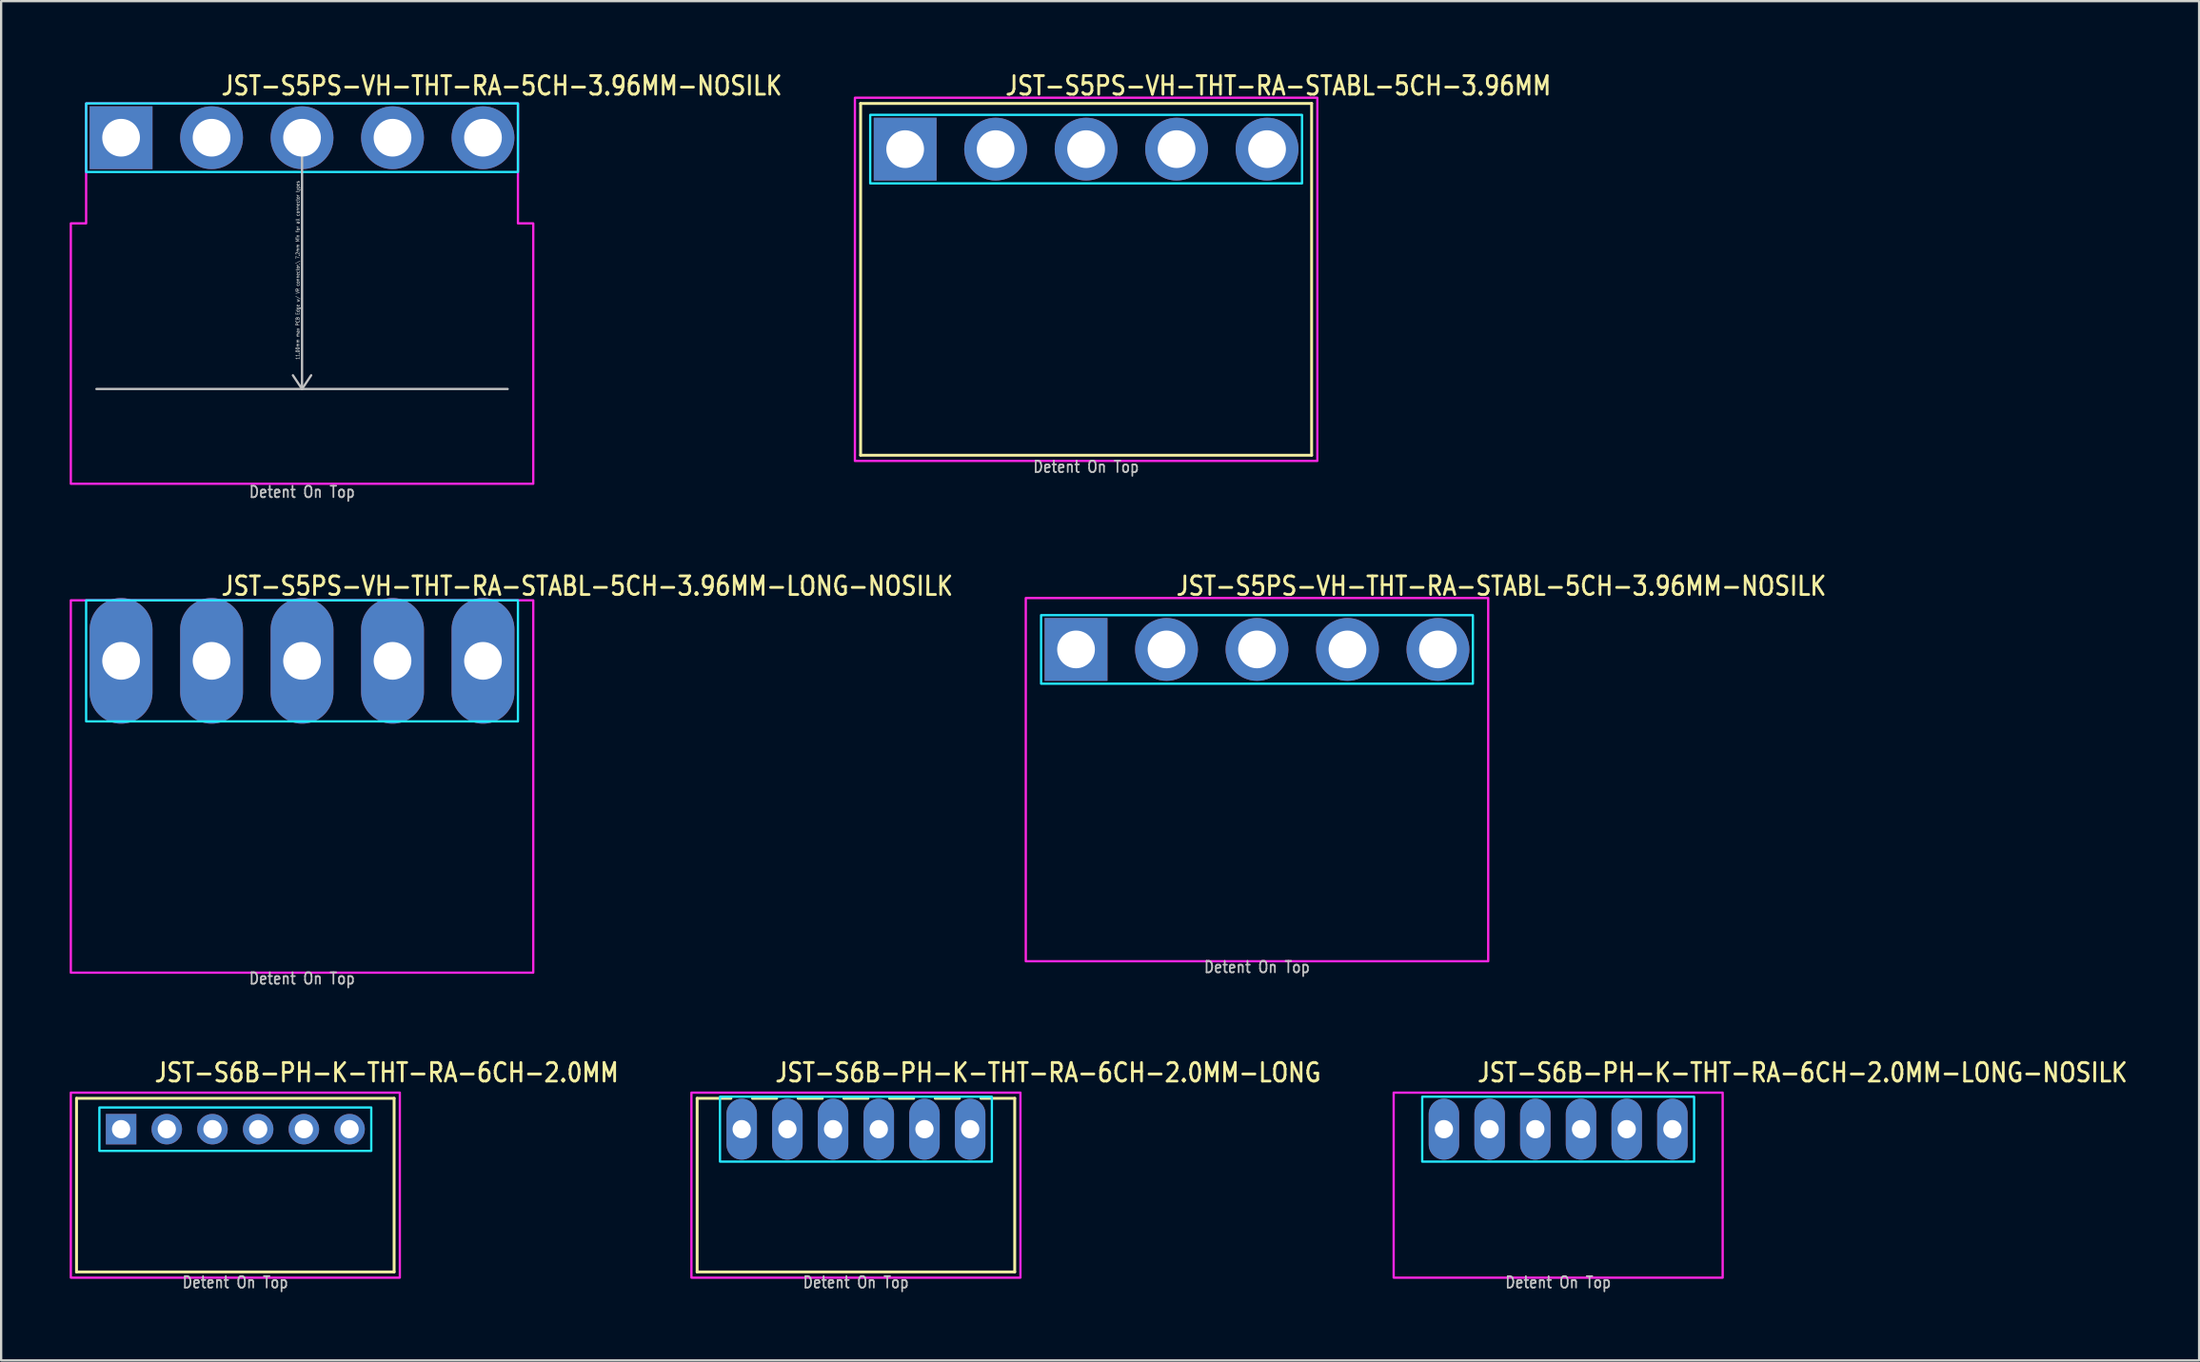
<source format=kicad_pcb>
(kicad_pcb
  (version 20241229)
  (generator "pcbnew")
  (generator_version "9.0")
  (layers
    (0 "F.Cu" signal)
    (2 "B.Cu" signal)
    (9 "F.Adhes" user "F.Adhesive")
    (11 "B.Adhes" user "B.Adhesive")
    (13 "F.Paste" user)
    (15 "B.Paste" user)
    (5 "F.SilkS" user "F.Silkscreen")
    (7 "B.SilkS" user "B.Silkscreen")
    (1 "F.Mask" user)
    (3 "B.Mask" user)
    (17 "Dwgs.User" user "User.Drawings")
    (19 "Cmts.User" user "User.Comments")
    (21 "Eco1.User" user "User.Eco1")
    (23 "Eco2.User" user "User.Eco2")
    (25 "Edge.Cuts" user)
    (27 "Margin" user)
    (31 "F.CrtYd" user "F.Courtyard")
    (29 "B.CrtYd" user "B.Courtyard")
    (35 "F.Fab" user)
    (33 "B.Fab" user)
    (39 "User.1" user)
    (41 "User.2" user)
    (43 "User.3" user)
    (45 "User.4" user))
  (footprint "JST-S6B-PH-K-THT-RA-6CH-2.0MM-LONG-NOSILK"
    (layer "F.Cu")
    (at 65.149 46.382)
    (property "Reference" "JST-S6B-PH-K-THT-RA-6CH-2.0MM-LONG-NOSILK" (at -3.6 -2 0) (unlocked yes) (layer "F.SilkS") (effects (font (size 0.813 0.695) (thickness 0.122)) (justify left bottom)))
    (fp_poly (pts (xy -5.95 -1.42) (xy -5.95 1.42) (xy 5.95 1.42) (xy 5.95 -1.42)) (stroke (width 0.1) (type solid)) (fill no) (layer "B.CrtYd"))
    (fp_poly (pts (xy -7.2 -1.6) (xy -7.2 6.5) (xy 7.2 6.5) (xy 7.2 -1.6)) (stroke (width 0.1) (type solid)) (fill no) (layer "F.CrtYd"))
    (fp_text user "Detent On Top" (at 0 7 0) (unlocked yes) (layer "Dwgs.User") (effects (font (size 0.5 0.427) (thickness 0.075)) (justify bottom)))
    (pad "1" thru_hole oval (at -5 0 90) (size 2.667 1.333) (drill 0.8) (layers "*.Cu" "*.Mask"))
    (pad "2" thru_hole oval (at -3 0 90) (size 2.667 1.333) (drill 0.8) (layers "*.Cu" "*.Mask"))
    (pad "3" thru_hole oval (at -1 0 90) (size 2.667 1.333) (drill 0.8) (layers "*.Cu" "*.Mask"))
    (pad "4" thru_hole oval (at 1 0 90) (size 2.667 1.333) (drill 0.8) (layers "*.Cu" "*.Mask"))
    (pad "5" thru_hole oval (at 3 0 90) (size 2.667 1.333) (drill 0.8) (layers "*.Cu" "*.Mask"))
    (pad "6" thru_hole oval (at 5 0 90) (size 2.667 1.333) (drill 0.8) (layers "*.Cu" "*.Mask")))
  (footprint "JST-S6B-PH-K-THT-RA-6CH-2.0MM-LONG"
    (layer "F.Cu")
    (at 34.413 46.382)
    (property "Reference" "JST-S6B-PH-K-THT-RA-6CH-2.0MM-LONG" (at -3.6 -2 0) (unlocked yes) (layer "F.SilkS") (effects (font (size 0.813 0.695) (thickness 0.122)) (justify left bottom)))
    (fp_line (start -6.95 -1.35) (end -5.471 -1.35) (stroke (width 0.127) (type solid)) (layer "F.SilkS"))
    (fp_line (start -6.95 6.25) (end -6.95 -1.35) (stroke (width 0.127) (type solid)) (layer "F.SilkS"))
    (fp_line (start -6.95 6.25) (end 6.95 6.25) (stroke (width 0.127) (type solid)) (layer "F.SilkS"))
    (fp_line (start -4.529 -1.35) (end -3.471 -1.35) (stroke (width 0.127) (type solid)) (layer "F.SilkS"))
    (fp_line (start -2.529 -1.35) (end -1.471 -1.35) (stroke (width 0.127) (type solid)) (layer "F.SilkS"))
    (fp_line (start -0.529 -1.35) (end 0.529 -1.35) (stroke (width 0.127) (type solid)) (layer "F.SilkS"))
    (fp_line (start 1.471 -1.35) (end 2.529 -1.35) (stroke (width 0.127) (type solid)) (layer "F.SilkS"))
    (fp_line (start 3.471 -1.35) (end 4.529 -1.35) (stroke (width 0.127) (type solid)) (layer "F.SilkS"))
    (fp_line (start 5.471 -1.35) (end 6.95 -1.35) (stroke (width 0.127) (type solid)) (layer "F.SilkS"))
    (fp_line (start 6.95 -1.35) (end 6.95 6.25) (stroke (width 0.127) (type solid)) (layer "F.SilkS"))
    (fp_poly (pts (xy -5.95 -1.42) (xy -5.95 1.42) (xy 5.95 1.42) (xy 5.95 -1.42)) (stroke (width 0.1) (type solid)) (fill no) (layer "B.CrtYd"))
    (fp_poly (pts (xy -7.2 -1.6) (xy -7.2 6.5) (xy 7.2 6.5) (xy 7.2 -1.6)) (stroke (width 0.1) (type solid)) (fill no) (layer "F.CrtYd"))
    (fp_text user "Detent On Top" (at 0 7 0) (unlocked yes) (layer "Dwgs.User") (effects (font (size 0.5 0.427) (thickness 0.075)) (justify bottom)))
    (pad "1" thru_hole oval (at -5 0 90) (size 2.667 1.333) (drill 0.8) (layers "*.Cu" "*.Mask"))
    (pad "2" thru_hole oval (at -3 0 90) (size 2.667 1.333) (drill 0.8) (layers "*.Cu" "*.Mask"))
    (pad "3" thru_hole oval (at -1 0 90) (size 2.667 1.333) (drill 0.8) (layers "*.Cu" "*.Mask"))
    (pad "4" thru_hole oval (at 1 0 90) (size 2.667 1.333) (drill 0.8) (layers "*.Cu" "*.Mask"))
    (pad "5" thru_hole oval (at 3 0 90) (size 2.667 1.333) (drill 0.8) (layers "*.Cu" "*.Mask"))
    (pad "6" thru_hole oval (at 5 0 90) (size 2.667 1.333) (drill 0.8) (layers "*.Cu" "*.Mask")))
  (footprint "JST-S5PS-VH-THT-RA-STABL-5CH-3.96MM-NOSILK"
    (layer "F.Cu")
    (at 51.967 25.38)
    (property "Reference" "JST-S5PS-VH-THT-RA-STABL-5CH-3.96MM-NOSILK" (at -3.6 -2.3 0) (unlocked yes) (layer "F.SilkS") (effects (font (size 0.813 0.695) (thickness 0.122)) (justify left bottom)))
    (fp_poly (pts (xy -9.45 -1.5) (xy -9.45 1.5) (xy 9.45 1.5) (xy 9.45 -1.5)) (stroke (width 0.1) (type solid)) (fill no) (layer "B.CrtYd"))
    (fp_poly (pts (xy -10.12 13.65) (xy 10.12 13.65) (xy 10.12 -2.25) (xy -10.12 -2.25)) (stroke (width 0.1) (type solid)) (fill no) (layer "F.CrtYd"))
    (fp_text user "Detent On Top" (at 0 14.2 0) (unlocked yes) (layer "Dwgs.User") (effects (font (size 0.5 0.427) (thickness 0.075)) (justify bottom)))
    (pad "1" thru_hole rect (at -7.92 0) (size 2.75 2.75) (drill 1.65) (layers "*.Cu" "*.Mask"))
    (pad "2" thru_hole oval (at -3.96 0) (size 2.75 2.75) (drill 1.65) (layers "*.Cu" "*.Mask"))
    (pad "3" thru_hole oval (at 0 0) (size 2.75 2.75) (drill 1.65) (layers "*.Cu" "*.Mask"))
    (pad "4" thru_hole oval (at 3.96 0) (size 2.75 2.75) (drill 1.65) (layers "*.Cu" "*.Mask"))
    (pad "5" thru_hole oval (at 7.92 0) (size 2.75 2.75) (drill 1.65) (layers "*.Cu" "*.Mask")))
  (footprint "JST-S5PS-VH-THT-RA-STABL-5CH-3.96MM"
    (layer "F.Cu")
    (at 44.488 3.479)
    (property "Reference" "JST-S5PS-VH-THT-RA-STABL-5CH-3.96MM" (at -3.6 -2.3 0) (unlocked yes) (layer "F.SilkS") (effects (font (size 0.813 0.695) (thickness 0.122)) (justify left bottom)))
    (fp_line (start -9.87 -2) (end 9.87 -2) (stroke (width 0.127) (type solid)) (layer "F.SilkS"))
    (fp_line (start -9.87 13.4) (end -9.87 -2) (stroke (width 0.127) (type solid)) (layer "F.SilkS"))
    (fp_line (start -9.87 13.4) (end 9.87 13.4) (stroke (width 0.127) (type solid)) (layer "F.SilkS"))
    (fp_line (start 9.87 -2) (end 9.87 13.4) (stroke (width 0.127) (type solid)) (layer "F.SilkS"))
    (fp_poly (pts (xy -9.45 -1.5) (xy -9.45 1.5) (xy 9.45 1.5) (xy 9.45 -1.5)) (stroke (width 0.1) (type solid)) (fill no) (layer "B.CrtYd"))
    (fp_poly (pts (xy -10.12 13.65) (xy 10.12 13.65) (xy 10.12 -2.25) (xy -10.12 -2.25)) (stroke (width 0.1) (type solid)) (fill no) (layer "F.CrtYd"))
    (fp_text user "Detent On Top" (at 0 14.2 0) (unlocked yes) (layer "Dwgs.User") (effects (font (size 0.5 0.427) (thickness 0.075)) (justify bottom)))
    (pad "1" thru_hole rect (at -7.92 0) (size 2.75 2.75) (drill 1.65) (layers "*.Cu" "*.Mask"))
    (pad "2" thru_hole oval (at -3.96 0) (size 2.75 2.75) (drill 1.65) (layers "*.Cu" "*.Mask"))
    (pad "3" thru_hole oval (at 0 0) (size 2.75 2.75) (drill 1.65) (layers "*.Cu" "*.Mask"))
    (pad "4" thru_hole oval (at 3.96 0) (size 2.75 2.75) (drill 1.65) (layers "*.Cu" "*.Mask"))
    (pad "5" thru_hole oval (at 7.92 0) (size 2.75 2.75) (drill 1.65) (layers "*.Cu" "*.Mask")))
  (footprint "JST-S6B-PH-K-THT-RA-6CH-2.0MM"
    (layer "F.Cu")
    (at 7.25 46.382)
    (property "Reference" "JST-S6B-PH-K-THT-RA-6CH-2.0MM" (at -3.6 -2 0) (unlocked yes) (layer "F.SilkS") (effects (font (size 0.813 0.695) (thickness 0.122)) (justify left bottom)))
    (fp_line (start -6.95 -1.35) (end 6.95 -1.35) (stroke (width 0.127) (type solid)) (layer "F.SilkS"))
    (fp_line (start -6.95 6.25) (end -6.95 -1.35) (stroke (width 0.127) (type solid)) (layer "F.SilkS"))
    (fp_line (start -6.95 6.25) (end 6.95 6.25) (stroke (width 0.127) (type solid)) (layer "F.SilkS"))
    (fp_line (start 6.95 -1.35) (end 6.95 6.25) (stroke (width 0.127) (type solid)) (layer "F.SilkS"))
    (fp_poly (pts (xy -5.95 -0.95) (xy -5.95 0.95) (xy 5.95 0.95) (xy 5.95 -0.95)) (stroke (width 0.1) (type solid)) (fill no) (layer "B.CrtYd"))
    (fp_poly (pts (xy -7.2 -1.6) (xy -7.2 6.5) (xy 7.2 6.5) (xy 7.2 -1.6)) (stroke (width 0.1) (type solid)) (fill no) (layer "F.CrtYd"))
    (fp_text user "Detent On Top" (at 0 7 0) (unlocked yes) (layer "Dwgs.User") (effects (font (size 0.5 0.427) (thickness 0.075)) (justify bottom)))
    (pad "1" thru_hole rect (at -5 0) (size 1.333 1.333) (drill 0.8) (layers "*.Cu" "*.Mask"))
    (pad "2" thru_hole oval (at -3 0) (size 1.333 1.333) (drill 0.8) (layers "*.Cu" "*.Mask"))
    (pad "3" thru_hole oval (at -1 0) (size 1.333 1.333) (drill 0.8) (layers "*.Cu" "*.Mask"))
    (pad "4" thru_hole oval (at 1 0) (size 1.333 1.333) (drill 0.8) (layers "*.Cu" "*.Mask"))
    (pad "5" thru_hole oval (at 3 0) (size 1.333 1.333) (drill 0.8) (layers "*.Cu" "*.Mask"))
    (pad "6" thru_hole oval (at 5 0) (size 1.333 1.333) (drill 0.8) (layers "*.Cu" "*.Mask")))
  (footprint "JST-S5PS-VH-THT-RA-5CH-3.96MM-NOSILK"
    (layer "F.Cu")
    (at 10.17 2.979)
    (property "Reference" "JST-S5PS-VH-THT-RA-5CH-3.96MM-NOSILK" (at -3.6 -1.8 0) (unlocked yes) (layer "F.SilkS") (effects (font (size 0.813 0.695) (thickness 0.122)) (justify left bottom)))
    (fp_line (start -9 11) (end 9 11) (stroke (width 0.1) (type solid)) (layer "Dwgs.User"))
    (fp_line (start 0 0) (end -0.4 0.6) (stroke (width 0.1) (type solid)) (layer "Dwgs.User"))
    (fp_line (start 0 0) (end 0 11) (stroke (width 0.1) (type solid)) (layer "Dwgs.User"))
    (fp_line (start 0 0) (end 0.4 0.6) (stroke (width 0.1) (type solid)) (layer "Dwgs.User"))
    (fp_line (start 0 11) (end -0.4 10.4) (stroke (width 0.1) (type solid)) (layer "Dwgs.User"))
    (fp_line (start 0 11) (end 0.4 10.4) (stroke (width 0.1) (type solid)) (layer "Dwgs.User"))
    (fp_poly (pts (xy -9.45 -1.5) (xy -9.45 1.5) (xy 9.45 1.5) (xy 9.45 -1.5)) (stroke (width 0.1) (type solid)) (fill no) (layer "B.CrtYd"))
    (fp_poly (pts (xy -10.12 3.75) (xy -10.12 15.15) (xy 10.12 15.15) (xy 10.12 3.75) (xy 9.45 3.75) (xy 9.45 -1.5) (xy -9.45 -1.5) (xy -9.45 3.75)) (stroke (width 0.1) (type solid)) (fill no) (layer "F.CrtYd"))
    (fp_text user "Detent On Top" (at 0 15.8 0) (unlocked yes) (layer "Dwgs.User") (effects (font (size 0.5 0.427) (thickness 0.075)) (justify bottom)))
    (fp_text user "11.00mm max PCB Edge w/ VR connector,\\ 7.2mm Min for all connector types" (at -0.1 5.8 90) (unlocked yes) (layer "Dwgs.User") (effects (font (size 0.15 0.128) (thickness 0.022)) (justify bottom)))
    (pad "P$1" thru_hole rect (at -7.92 0) (size 2.75 2.75) (drill 1.65) (layers "*.Cu" "*.Mask"))
    (pad "P$2" thru_hole oval (at -3.96 0) (size 2.75 2.75) (drill 1.65) (layers "*.Cu" "*.Mask"))
    (pad "P$3" thru_hole oval (at 0 0) (size 2.75 2.75) (drill 1.65) (layers "*.Cu" "*.Mask"))
    (pad "P$4" thru_hole oval (at 3.96 0) (size 2.75 2.75) (drill 1.65) (layers "*.Cu" "*.Mask"))
    (pad "P$5" thru_hole oval (at 7.92 0) (size 2.75 2.75) (drill 1.65) (layers "*.Cu" "*.Mask")))
  (footprint "JST-S5PS-VH-THT-RA-STABL-5CH-3.96MM-LONG-NOSILK"
    (layer "F.Cu")
    (at 10.17 25.88)
    (property "Reference" "JST-S5PS-VH-THT-RA-STABL-5CH-3.96MM-LONG-NOSILK" (at -3.6 -2.8 0) (unlocked yes) (layer "F.SilkS") (effects (font (size 0.813 0.695) (thickness 0.122)) (justify left bottom)))
    (fp_poly (pts (xy -9.45 -2.65) (xy -9.45 2.65) (xy 9.45 2.65) (xy 9.45 -2.65)) (stroke (width 0.1) (type solid)) (fill no) (layer "B.CrtYd"))
    (fp_poly (pts (xy -10.12 -2.65) (xy -10.12 13.65) (xy 10.12 13.65) (xy 10.12 -2.65)) (stroke (width 0.1) (type solid)) (fill no) (layer "F.CrtYd"))
    (fp_text user "Detent On Top" (at 0 14.2 0) (unlocked yes) (layer "Dwgs.User") (effects (font (size 0.5 0.427) (thickness 0.075)) (justify bottom)))
    (pad "1" thru_hole oval (at -7.92 0 90) (size 5.5 2.75) (drill 1.65) (layers "*.Cu" "*.Mask"))
    (pad "2" thru_hole oval (at -3.96 0 90) (size 5.5 2.75) (drill 1.65) (layers "*.Cu" "*.Mask"))
    (pad "3" thru_hole oval (at 0 0 90) (size 5.5 2.75) (drill 1.65) (layers "*.Cu" "*.Mask"))
    (pad "4" thru_hole oval (at 3.96 0 90) (size 5.5 2.75) (drill 1.65) (layers "*.Cu" "*.Mask"))
    (pad "5" thru_hole oval (at 7.92 0 90) (size 5.5 2.75) (drill 1.65) (layers "*.Cu" "*.Mask")))
  (gr_rect
    (start -3 -3)
    (end 93.202 56.505)
    (stroke (width 0.1) (type default))
    (fill no)
    (layer "Edge.Cuts")))
</source>
